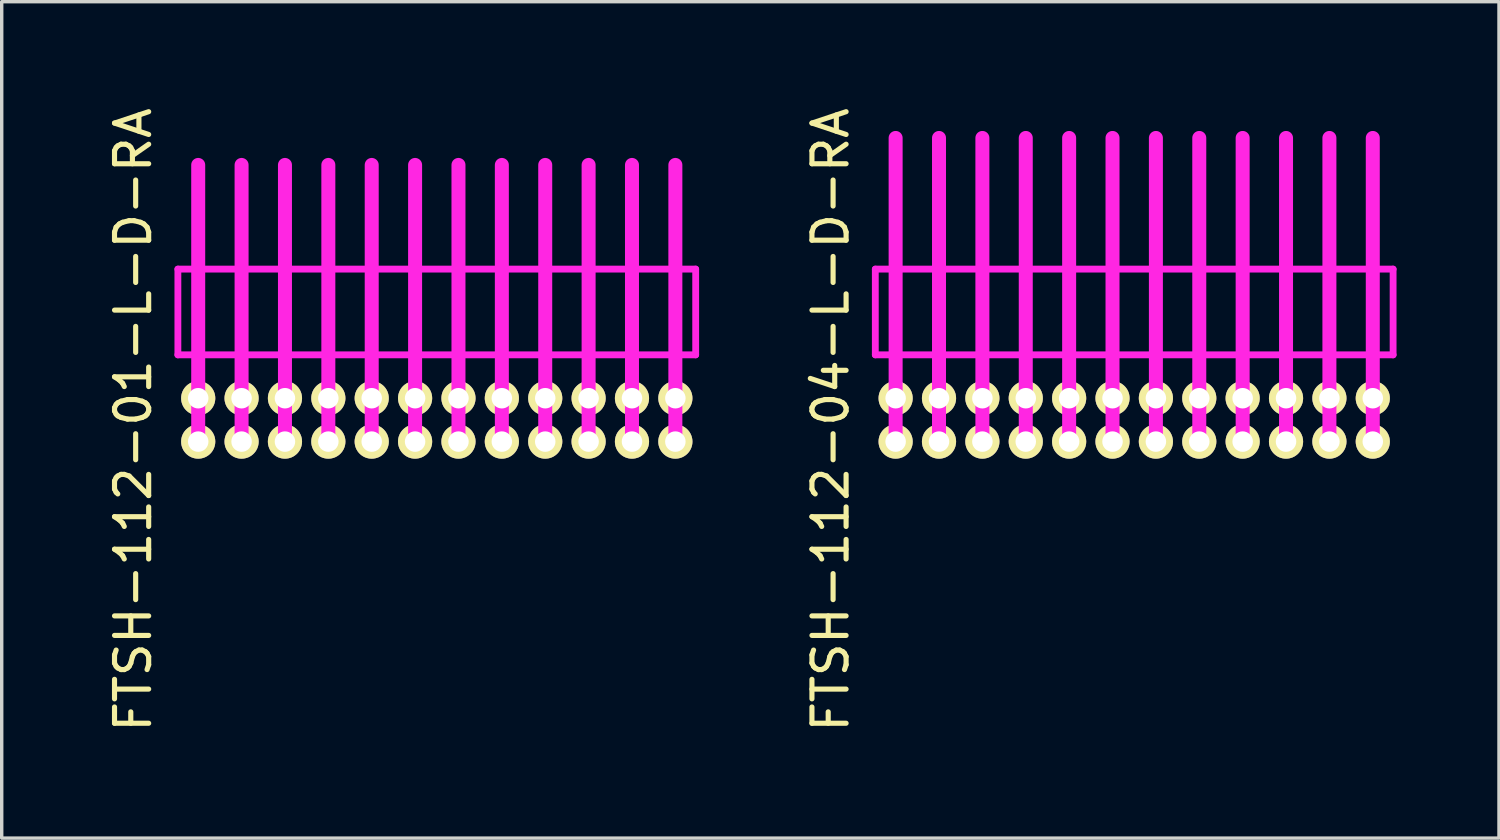
<source format=kicad_pcb>
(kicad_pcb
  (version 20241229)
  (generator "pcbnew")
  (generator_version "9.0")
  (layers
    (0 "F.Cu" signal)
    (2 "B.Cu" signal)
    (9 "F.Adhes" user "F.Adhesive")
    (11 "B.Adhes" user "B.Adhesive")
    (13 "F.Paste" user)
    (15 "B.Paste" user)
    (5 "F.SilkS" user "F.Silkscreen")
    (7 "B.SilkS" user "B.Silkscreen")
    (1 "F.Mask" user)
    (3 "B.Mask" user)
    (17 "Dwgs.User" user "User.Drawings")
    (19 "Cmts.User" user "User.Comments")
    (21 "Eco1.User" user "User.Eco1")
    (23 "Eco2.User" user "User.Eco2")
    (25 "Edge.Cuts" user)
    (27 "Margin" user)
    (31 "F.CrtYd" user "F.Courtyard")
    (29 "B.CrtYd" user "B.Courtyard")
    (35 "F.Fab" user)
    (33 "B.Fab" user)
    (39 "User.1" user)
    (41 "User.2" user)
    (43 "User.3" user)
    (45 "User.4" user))
  (footprint "FTSH-112-04-L-D-RA"
    (layer "F.Cu")
    (at 30.157 9.244)
    (property "Reference" "FTSH-112-04-L-D-RA" (at -8.89 0 90) (layer "F.SilkS") (effects (font (size 1 1) (thickness 0.15))))
    (attr through_hole)
    (fp_line (start -7.58 -4.415) (end 7.58 -4.415) (stroke (width 0.2) (type solid)) (layer "F.CrtYd"))
    (fp_line (start -7.58 -1.905) (end -7.58 -4.415) (stroke (width 0.2) (type solid)) (layer "F.CrtYd"))
    (fp_line (start -6.985 0.635) (end -6.985 -8.255) (stroke (width 0.41) (type solid)) (layer "F.CrtYd"))
    (fp_line (start -5.715 0.635) (end -5.715 -8.255) (stroke (width 0.41) (type solid)) (layer "F.CrtYd"))
    (fp_line (start -4.445 0.635) (end -4.445 -8.255) (stroke (width 0.41) (type solid)) (layer "F.CrtYd"))
    (fp_line (start -3.175 0.635) (end -3.175 -8.255) (stroke (width 0.41) (type solid)) (layer "F.CrtYd"))
    (fp_line (start -1.905 0.635) (end -1.905 -8.255) (stroke (width 0.41) (type solid)) (layer "F.CrtYd"))
    (fp_line (start -0.635 0.635) (end -0.635 -8.255) (stroke (width 0.41) (type solid)) (layer "F.CrtYd"))
    (fp_line (start 0.635 0.635) (end 0.635 -8.255) (stroke (width 0.41) (type solid)) (layer "F.CrtYd"))
    (fp_line (start 1.905 0.635) (end 1.905 -8.255) (stroke (width 0.41) (type solid)) (layer "F.CrtYd"))
    (fp_line (start 3.175 0.635) (end 3.175 -8.255) (stroke (width 0.41) (type solid)) (layer "F.CrtYd"))
    (fp_line (start 4.445 0.635) (end 4.445 -8.255) (stroke (width 0.41) (type solid)) (layer "F.CrtYd"))
    (fp_line (start 5.715 0.635) (end 5.715 -8.255) (stroke (width 0.41) (type solid)) (layer "F.CrtYd"))
    (fp_line (start 6.985 0.635) (end 6.985 -8.255) (stroke (width 0.41) (type solid)) (layer "F.CrtYd"))
    (fp_line (start 7.58 -4.415) (end 7.58 -1.905) (stroke (width 0.2) (type solid)) (layer "F.CrtYd"))
    (fp_line (start 7.58 -1.905) (end -7.58 -1.905) (stroke (width 0.2) (type solid)) (layer "F.CrtYd"))
    (pad "1" thru_hole circle (at -6.985 0.635) (size 1 1) (drill 0.6) (layers "*.Cu" "*.Mask" "F.SilkS"))
    (pad "2" thru_hole circle (at -6.985 -0.635) (size 1 1) (drill 0.6) (layers "*.Cu" "*.Mask" "F.SilkS"))
    (pad "3" thru_hole circle (at -5.715 0.635) (size 1 1) (drill 0.6) (layers "*.Cu" "*.Mask" "F.SilkS"))
    (pad "4" thru_hole circle (at -5.715 -0.635) (size 1 1) (drill 0.6) (layers "*.Cu" "*.Mask" "F.SilkS"))
    (pad "5" thru_hole circle (at -4.445 0.635) (size 1 1) (drill 0.6) (layers "*.Cu" "*.Mask" "F.SilkS"))
    (pad "6" thru_hole circle (at -4.445 -0.635) (size 1 1) (drill 0.6) (layers "*.Cu" "*.Mask" "F.SilkS"))
    (pad "7" thru_hole circle (at -3.175 0.635) (size 1 1) (drill 0.6) (layers "*.Cu" "*.Mask" "F.SilkS"))
    (pad "8" thru_hole circle (at -3.175 -0.635) (size 1 1) (drill 0.6) (layers "*.Cu" "*.Mask" "F.SilkS"))
    (pad "9" thru_hole circle (at -1.905 0.635) (size 1 1) (drill 0.6) (layers "*.Cu" "*.Mask" "F.SilkS"))
    (pad "10" thru_hole circle (at -1.905 -0.635) (size 1 1) (drill 0.6) (layers "*.Cu" "*.Mask" "F.SilkS"))
    (pad "11" thru_hole circle (at -0.635 0.635) (size 1 1) (drill 0.6) (layers "*.Cu" "*.Mask" "F.SilkS"))
    (pad "12" thru_hole circle (at -0.635 -0.635) (size 1 1) (drill 0.6) (layers "*.Cu" "*.Mask" "F.SilkS"))
    (pad "13" thru_hole circle (at 0.635 0.635) (size 1 1) (drill 0.6) (layers "*.Cu" "*.Mask" "F.SilkS"))
    (pad "14" thru_hole circle (at 0.635 -0.635) (size 1 1) (drill 0.6) (layers "*.Cu" "*.Mask" "F.SilkS"))
    (pad "15" thru_hole circle (at 1.905 0.635) (size 1 1) (drill 0.6) (layers "*.Cu" "*.Mask" "F.SilkS"))
    (pad "16" thru_hole circle (at 1.905 -0.635) (size 1 1) (drill 0.6) (layers "*.Cu" "*.Mask" "F.SilkS"))
    (pad "17" thru_hole circle (at 3.175 0.635) (size 1 1) (drill 0.6) (layers "*.Cu" "*.Mask" "F.SilkS"))
    (pad "18" thru_hole circle (at 3.175 -0.635) (size 1 1) (drill 0.6) (layers "*.Cu" "*.Mask" "F.SilkS"))
    (pad "19" thru_hole circle (at 4.445 0.635) (size 1 1) (drill 0.6) (layers "*.Cu" "*.Mask" "F.SilkS"))
    (pad "20" thru_hole circle (at 4.445 -0.635) (size 1 1) (drill 0.6) (layers "*.Cu" "*.Mask" "F.SilkS"))
    (pad "21" thru_hole circle (at 5.715 0.635) (size 1 1) (drill 0.6) (layers "*.Cu" "*.Mask" "F.SilkS"))
    (pad "22" thru_hole circle (at 5.715 -0.635) (size 1 1) (drill 0.6) (layers "*.Cu" "*.Mask" "F.SilkS"))
    (pad "23" thru_hole circle (at 6.985 0.635) (size 1 1) (drill 0.6) (layers "*.Cu" "*.Mask" "F.SilkS"))
    (pad "24" thru_hole circle (at 6.985 -0.635) (size 1 1) (drill 0.6) (layers "*.Cu" "*.Mask" "F.SilkS")))
  (footprint "FTSH-112-01-L-D-RA"
    (layer "F.Cu")
    (at 9.738 9.244)
    (property "Reference" "FTSH-112-01-L-D-RA" (at -8.89 0 90) (layer "F.SilkS") (effects (font (size 1 1) (thickness 0.15))))
    (attr through_hole)
    (fp_line (start -7.58 -4.415) (end 7.58 -4.415) (stroke (width 0.2) (type solid)) (layer "F.CrtYd"))
    (fp_line (start -7.58 -1.905) (end -7.58 -4.415) (stroke (width 0.2) (type solid)) (layer "F.CrtYd"))
    (fp_line (start -6.985 0.635) (end -6.985 -7.465) (stroke (width 0.41) (type solid)) (layer "F.CrtYd"))
    (fp_line (start -5.715 0.635) (end -5.715 -7.465) (stroke (width 0.41) (type solid)) (layer "F.CrtYd"))
    (fp_line (start -4.445 0.635) (end -4.445 -7.465) (stroke (width 0.41) (type solid)) (layer "F.CrtYd"))
    (fp_line (start -3.175 0.635) (end -3.175 -7.465) (stroke (width 0.41) (type solid)) (layer "F.CrtYd"))
    (fp_line (start -1.905 0.635) (end -1.905 -7.465) (stroke (width 0.41) (type solid)) (layer "F.CrtYd"))
    (fp_line (start -0.635 0.635) (end -0.635 -7.465) (stroke (width 0.41) (type solid)) (layer "F.CrtYd"))
    (fp_line (start 0.635 0.635) (end 0.635 -7.465) (stroke (width 0.41) (type solid)) (layer "F.CrtYd"))
    (fp_line (start 1.905 0.635) (end 1.905 -7.465) (stroke (width 0.41) (type solid)) (layer "F.CrtYd"))
    (fp_line (start 3.175 0.635) (end 3.175 -7.465) (stroke (width 0.41) (type solid)) (layer "F.CrtYd"))
    (fp_line (start 4.445 0.635) (end 4.445 -7.465) (stroke (width 0.41) (type solid)) (layer "F.CrtYd"))
    (fp_line (start 5.715 0.635) (end 5.715 -7.465) (stroke (width 0.41) (type solid)) (layer "F.CrtYd"))
    (fp_line (start 6.985 0.635) (end 6.985 -7.465) (stroke (width 0.41) (type solid)) (layer "F.CrtYd"))
    (fp_line (start 7.58 -4.415) (end 7.58 -1.905) (stroke (width 0.2) (type solid)) (layer "F.CrtYd"))
    (fp_line (start 7.58 -1.905) (end -7.58 -1.905) (stroke (width 0.2) (type solid)) (layer "F.CrtYd"))
    (pad "1" thru_hole circle (at -6.985 0.635) (size 1 1) (drill 0.6) (layers "*.Cu" "*.Mask" "F.SilkS"))
    (pad "2" thru_hole circle (at -6.985 -0.635) (size 1 1) (drill 0.6) (layers "*.Cu" "*.Mask" "F.SilkS"))
    (pad "3" thru_hole circle (at -5.715 0.635) (size 1 1) (drill 0.6) (layers "*.Cu" "*.Mask" "F.SilkS"))
    (pad "4" thru_hole circle (at -5.715 -0.635) (size 1 1) (drill 0.6) (layers "*.Cu" "*.Mask" "F.SilkS"))
    (pad "5" thru_hole circle (at -4.445 0.635) (size 1 1) (drill 0.6) (layers "*.Cu" "*.Mask" "F.SilkS"))
    (pad "6" thru_hole circle (at -4.445 -0.635) (size 1 1) (drill 0.6) (layers "*.Cu" "*.Mask" "F.SilkS"))
    (pad "7" thru_hole circle (at -3.175 0.635) (size 1 1) (drill 0.6) (layers "*.Cu" "*.Mask" "F.SilkS"))
    (pad "8" thru_hole circle (at -3.175 -0.635) (size 1 1) (drill 0.6) (layers "*.Cu" "*.Mask" "F.SilkS"))
    (pad "9" thru_hole circle (at -1.905 0.635) (size 1 1) (drill 0.6) (layers "*.Cu" "*.Mask" "F.SilkS"))
    (pad "10" thru_hole circle (at -1.905 -0.635) (size 1 1) (drill 0.6) (layers "*.Cu" "*.Mask" "F.SilkS"))
    (pad "11" thru_hole circle (at -0.635 0.635) (size 1 1) (drill 0.6) (layers "*.Cu" "*.Mask" "F.SilkS"))
    (pad "12" thru_hole circle (at -0.635 -0.635) (size 1 1) (drill 0.6) (layers "*.Cu" "*.Mask" "F.SilkS"))
    (pad "13" thru_hole circle (at 0.635 0.635) (size 1 1) (drill 0.6) (layers "*.Cu" "*.Mask" "F.SilkS"))
    (pad "14" thru_hole circle (at 0.635 -0.635) (size 1 1) (drill 0.6) (layers "*.Cu" "*.Mask" "F.SilkS"))
    (pad "15" thru_hole circle (at 1.905 0.635) (size 1 1) (drill 0.6) (layers "*.Cu" "*.Mask" "F.SilkS"))
    (pad "16" thru_hole circle (at 1.905 -0.635) (size 1 1) (drill 0.6) (layers "*.Cu" "*.Mask" "F.SilkS"))
    (pad "17" thru_hole circle (at 3.175 0.635) (size 1 1) (drill 0.6) (layers "*.Cu" "*.Mask" "F.SilkS"))
    (pad "18" thru_hole circle (at 3.175 -0.635) (size 1 1) (drill 0.6) (layers "*.Cu" "*.Mask" "F.SilkS"))
    (pad "19" thru_hole circle (at 4.445 0.635) (size 1 1) (drill 0.6) (layers "*.Cu" "*.Mask" "F.SilkS"))
    (pad "20" thru_hole circle (at 4.445 -0.635) (size 1 1) (drill 0.6) (layers "*.Cu" "*.Mask" "F.SilkS"))
    (pad "21" thru_hole circle (at 5.715 0.635) (size 1 1) (drill 0.6) (layers "*.Cu" "*.Mask" "F.SilkS"))
    (pad "22" thru_hole circle (at 5.715 -0.635) (size 1 1) (drill 0.6) (layers "*.Cu" "*.Mask" "F.SilkS"))
    (pad "23" thru_hole circle (at 6.985 0.635) (size 1 1) (drill 0.6) (layers "*.Cu" "*.Mask" "F.SilkS"))
    (pad "24" thru_hole circle (at 6.985 -0.635) (size 1 1) (drill 0.6) (layers "*.Cu" "*.Mask" "F.SilkS")))
  (gr_rect
    (start -3 -3)
    (end 40.837 21.488)
    (stroke (width 0.1) (type default))
    (fill no)
    (layer "Edge.Cuts")))
</source>
